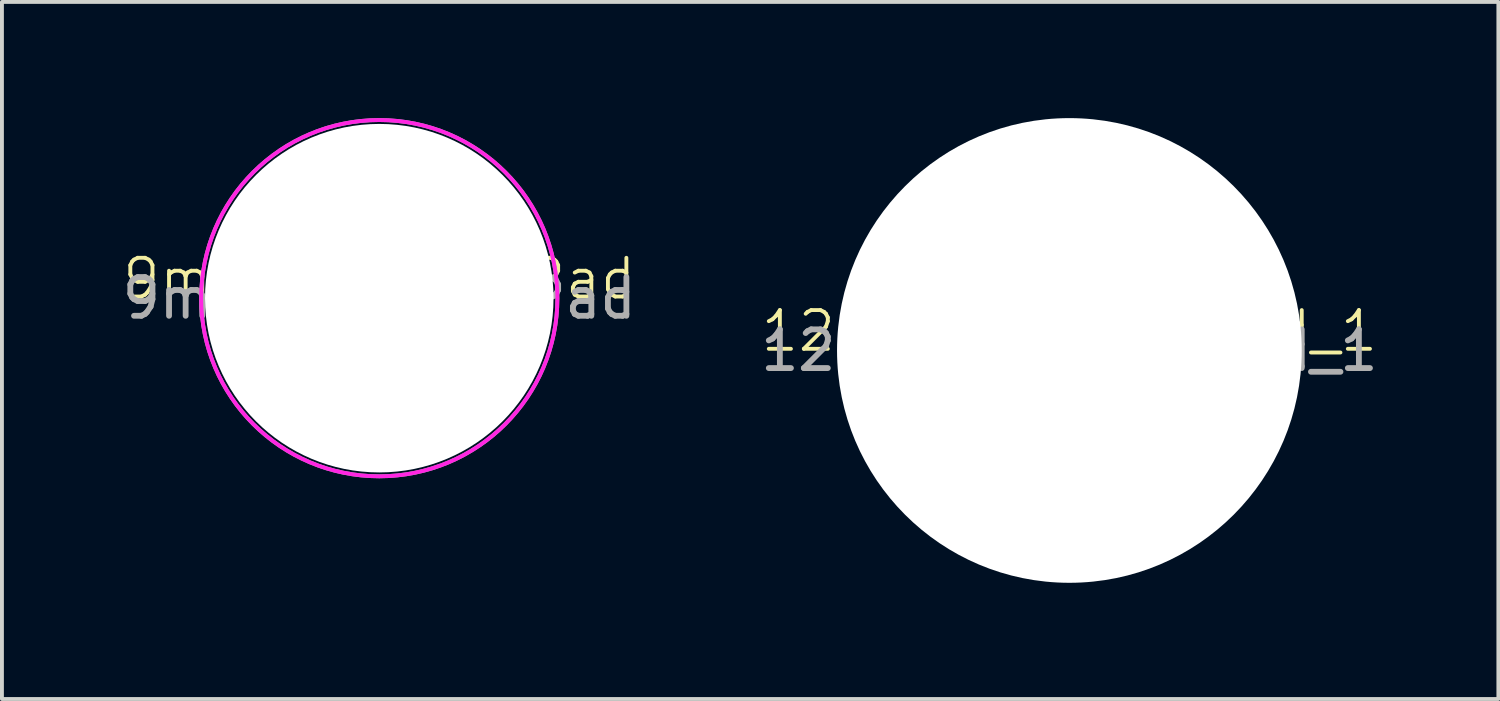
<source format=kicad_pcb>
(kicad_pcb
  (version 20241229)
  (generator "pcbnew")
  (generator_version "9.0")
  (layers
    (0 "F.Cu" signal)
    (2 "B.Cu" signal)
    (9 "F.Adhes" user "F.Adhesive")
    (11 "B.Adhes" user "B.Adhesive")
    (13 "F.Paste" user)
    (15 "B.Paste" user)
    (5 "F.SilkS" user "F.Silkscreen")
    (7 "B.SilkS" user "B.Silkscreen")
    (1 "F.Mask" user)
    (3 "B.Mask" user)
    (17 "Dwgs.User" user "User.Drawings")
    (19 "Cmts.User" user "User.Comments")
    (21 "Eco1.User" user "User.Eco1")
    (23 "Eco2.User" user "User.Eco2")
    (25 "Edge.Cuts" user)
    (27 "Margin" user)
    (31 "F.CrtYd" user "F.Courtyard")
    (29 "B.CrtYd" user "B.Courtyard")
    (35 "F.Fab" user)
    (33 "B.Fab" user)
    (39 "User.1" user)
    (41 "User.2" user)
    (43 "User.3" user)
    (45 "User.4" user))
  (footprint "9mm_Hole_NoPad"
    (layer "F.Cu")
    (at 6.744 4.65)
    (property "Reference" "9mm_Hole_NoPad" (at 0 -0.5 0) (unlocked yes) (layer "F.SilkS") (effects (font (size 1 1) (thickness 0.1))))
    (attr through_hole exclude_from_bom)
    (fp_circle (center 0 0) (end 4.6 0) (stroke (width 0.1) (type default)) (fill no) (layer "F.CrtYd"))
    (fp_circle (center 0 0) (end 4.6 0) (stroke (width 0.1) (type default)) (fill no) (layer "F.Fab"))
    (fp_text user "${REFERENCE}" (at 0 0 0) (unlocked yes) (layer "F.Fab") (effects (font (size 1 1) (thickness 0.15))))
    (pad "" np_thru_hole circle (at 0 0) (size 9 9) (drill 9) (layers "*.Cu" "*.Mask")))
  (footprint "12mm_Hole_NoPad_1"
    (layer "F.Cu")
    (at 24.565 6)
    (property "Reference" "12mm_Hole_NoPad_1" (at 0 -0.5 0) (unlocked yes) (layer "F.SilkS") (effects (font (size 1 1) (thickness 0.1))))
    (attr through_hole exclude_from_bom)
    (fp_circle (center 0 0) (end 4.6 0) (stroke (width 0.1) (type default)) (fill no) (layer "F.CrtYd"))
    (fp_circle (center 0 0) (end 4.6 0) (stroke (width 0.1) (type default)) (fill no) (layer "F.Fab"))
    (fp_text user "${REFERENCE}" (at 0 0 0) (unlocked yes) (layer "F.Fab") (effects (font (size 1 1) (thickness 0.15))))
    (pad "" np_thru_hole circle (at 0 0) (size 12 12) (drill 12) (layers "*.Cu")))
  (gr_rect
    (start -3 -3)
    (end 35.643 15)
    (stroke (width 0.1) (type default))
    (fill no)
    (layer "Edge.Cuts")))
</source>
